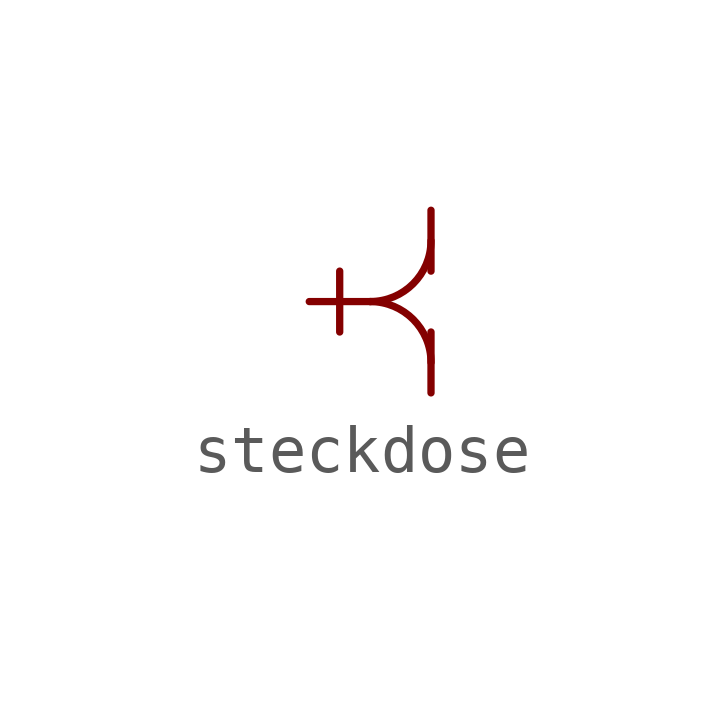
<source format=kicad_sym>
(kicad_symbol_lib
  (version 20211014)
  (generator kicad_symbol_editor)
  (symbol "steckdose"
    (pin_numbers hide)
    (pin_names
      (offset 0) hide)
    (property "Reference" "U"
      (at 3.81 1.27 0)
      (effects (font (size 1.27 1.27)) hide))
    (symbol "steckdose_0_0"
      (polyline (pts (xy 0.635 0.635) (xy 0.635 -0.635)) (stroke (width 0) (type default) (color 0 0 0 0)) (fill (type none)))
      (polyline (pts (xy 2.54 -0.635) (xy 2.54 -1.905)) (stroke (width 0) (type default) (color 0 0 0 0)) (fill (type none)))
      (polyline (pts (xy 2.54 1.905) (xy 2.54 0.635)) (stroke (width 0) (type default) (color 0 0 0 0)) (fill (type none)))
      (arc (start 1.27 0) (mid 3.438 -0.898) (end 2.54 1.27) (stroke (width 0) (type default) (color 0 0 0 0)) (fill (type none)))
      (arc (start 2.54 -1.27) (mid 3.438 0.898) (end 1.27 0) (stroke (width 0) (type default) (color 0 0 0 0)) (fill (type none))))
    (symbol "steckdose_1_1"
      (pin passive line (at 0 0 0) (length 1.27) (name "2" (effects (font (size 1.27 1.27)))) (number "2" (effects (font (size 1.27 1.27))))))))
</source>
